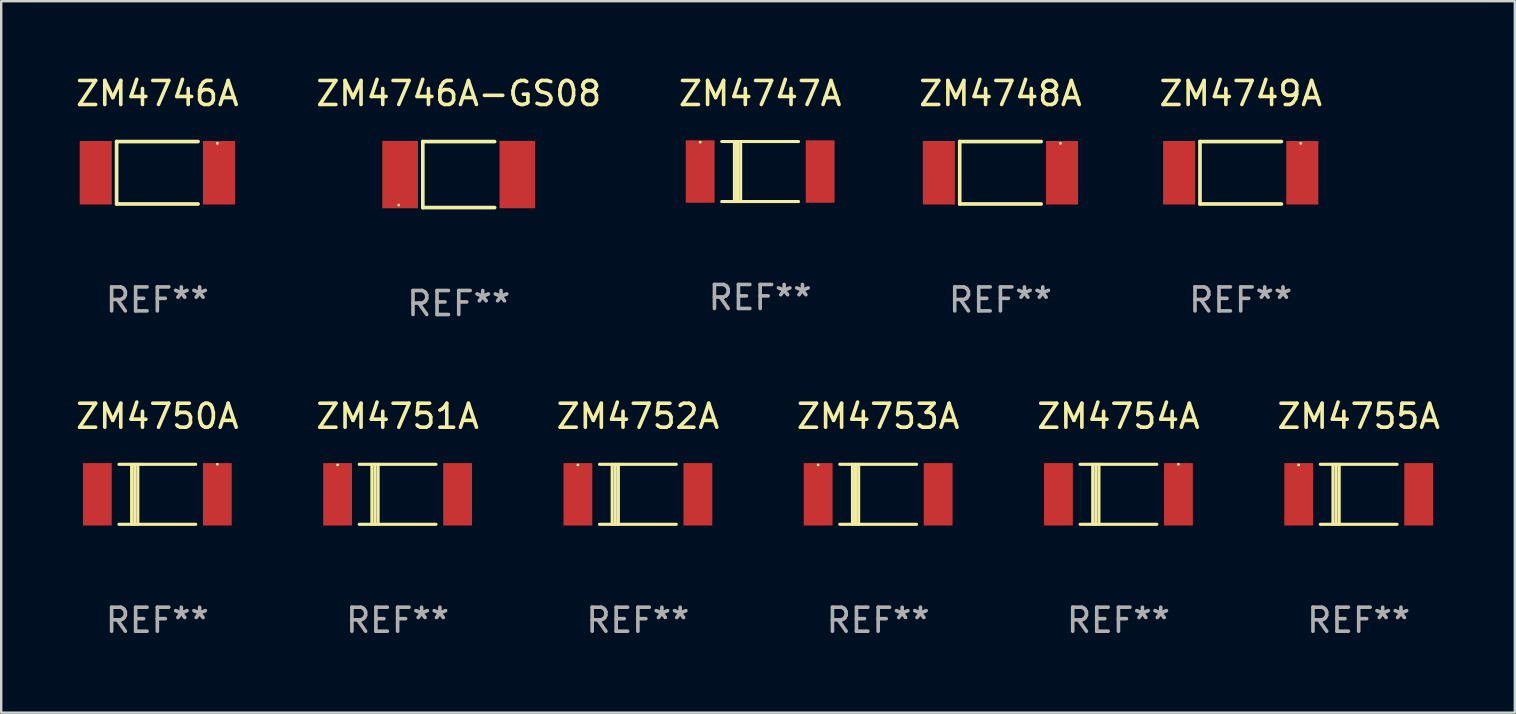
<source format=kicad_pcb>
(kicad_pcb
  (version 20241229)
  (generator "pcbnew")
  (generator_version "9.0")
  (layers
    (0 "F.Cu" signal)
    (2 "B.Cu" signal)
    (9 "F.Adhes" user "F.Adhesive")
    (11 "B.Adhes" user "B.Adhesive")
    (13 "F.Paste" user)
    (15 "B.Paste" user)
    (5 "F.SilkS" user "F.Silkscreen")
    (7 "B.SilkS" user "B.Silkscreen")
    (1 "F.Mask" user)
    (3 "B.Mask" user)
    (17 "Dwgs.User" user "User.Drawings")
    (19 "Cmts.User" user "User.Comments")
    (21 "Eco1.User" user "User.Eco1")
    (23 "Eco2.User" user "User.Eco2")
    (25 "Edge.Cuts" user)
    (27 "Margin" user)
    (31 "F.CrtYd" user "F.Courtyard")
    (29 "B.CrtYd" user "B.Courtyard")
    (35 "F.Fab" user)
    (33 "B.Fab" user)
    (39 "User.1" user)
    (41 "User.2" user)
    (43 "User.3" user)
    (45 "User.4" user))
  (footprint "ZM4747A"
    (layer "F.Cu")
    (at 28.625 4.098)
    (property "Reference" "ZM4747A" (at 0 -3.25 0) (layer "F.SilkS") (effects (font (size 1 1) (thickness 0.15))))
    (attr through_hole)
    (fp_line (start -1.6 -1.25) (end 1.6 -1.25) (stroke (width 0.129) (type solid)) (layer "F.SilkS"))
    (fp_line (start -1.6 1.25) (end 1.6 1.25) (stroke (width 0.129) (type solid)) (layer "F.SilkS"))
    (fp_line (start -1.072 -1.25) (end -1.072 1.25) (stroke (width 0.129) (type solid)) (layer "F.SilkS"))
    (fp_line (start -0.942 -1.25) (end -0.942 1.25) (stroke (width 0.129) (type solid)) (layer "F.SilkS"))
    (fp_line (start -0.813 -1.25) (end -0.813 1.25) (stroke (width 0.129) (type solid)) (layer "F.SilkS"))
    (fp_circle (center -2.5 -1.225) (end -2.47 -1.225) (stroke (width 0.06) (type solid)) (fill no) (layer "F.SilkS"))
    (fp_text user "REF**" (at 0 5.25 0) (layer "F.Fab") (effects (font (size 1 1) (thickness 0.15))))
    (pad "1" smd rect (at -2.5 0 180) (size 1.2 2.6) (layers "F.Cu" "F.Mask" "F.Paste"))
    (pad "2" smd rect (at 2.5 0 180) (size 1.2 2.6) (layers "F.Cu" "F.Mask" "F.Paste")))
  (footprint "ZM4754A"
    (layer "F.Cu")
    (at 43.554 17.547)
    (property "Reference" "ZM4754A" (at 0 -3.25 0) (layer "F.SilkS") (effects (font (size 1 1) (thickness 0.15))))
    (attr through_hole)
    (fp_line (start -1.6 -1.25) (end 1.6 -1.25) (stroke (width 0.129) (type solid)) (layer "F.SilkS"))
    (fp_line (start -1.6 1.25) (end 1.6 1.25) (stroke (width 0.129) (type solid)) (layer "F.SilkS"))
    (fp_line (start -1.072 -1.25) (end -1.072 1.25) (stroke (width 0.129) (type solid)) (layer "F.SilkS"))
    (fp_line (start -0.942 -1.25) (end -0.942 1.25) (stroke (width 0.129) (type solid)) (layer "F.SilkS"))
    (fp_line (start -0.813 -1.25) (end -0.813 1.25) (stroke (width 0.129) (type solid)) (layer "F.SilkS"))
    (fp_circle (center 2.5 -1.25) (end 2.53 -1.25) (stroke (width 0.06) (type solid)) (fill no) (layer "F.SilkS"))
    (fp_text user "REF**" (at 0 5.25 0) (layer "F.Fab") (effects (font (size 1 1) (thickness 0.15))))
    (pad "1" smd rect (at 2.5 0 180) (size 1.2 2.6) (layers "F.Cu" "F.Mask" "F.Paste"))
    (pad "2" smd rect (at -2.5 0 180) (size 1.2 2.6) (layers "F.Cu" "F.Mask" "F.Paste")))
  (footprint "ZM4750A"
    (layer "F.Cu")
    (at 3.506 17.547)
    (property "Reference" "ZM4750A" (at 0 -3.25 0) (layer "F.SilkS") (effects (font (size 1 1) (thickness 0.15))))
    (attr through_hole)
    (fp_line (start -1.6 -1.25) (end 1.6 -1.25) (stroke (width 0.129) (type solid)) (layer "F.SilkS"))
    (fp_line (start -1.6 1.25) (end 1.6 1.25) (stroke (width 0.129) (type solid)) (layer "F.SilkS"))
    (fp_line (start -1.072 -1.25) (end -1.072 1.25) (stroke (width 0.129) (type solid)) (layer "F.SilkS"))
    (fp_line (start -0.942 -1.25) (end -0.942 1.25) (stroke (width 0.129) (type solid)) (layer "F.SilkS"))
    (fp_line (start -0.813 -1.25) (end -0.813 1.25) (stroke (width 0.129) (type solid)) (layer "F.SilkS"))
    (fp_circle (center 2.5 -1.25) (end 2.53 -1.25) (stroke (width 0.06) (type solid)) (fill no) (layer "F.SilkS"))
    (fp_text user "REF**" (at 0 5.25 0) (layer "F.Fab") (effects (font (size 1 1) (thickness 0.15))))
    (pad "1" smd rect (at 2.5 0 180) (size 1.2 2.6) (layers "F.Cu" "F.Mask" "F.Paste"))
    (pad "2" smd rect (at -2.5 0 180) (size 1.2 2.6) (layers "F.Cu" "F.Mask" "F.Paste")))
  (footprint "ZM4755A"
    (layer "F.Cu")
    (at 53.565 17.547)
    (property "Reference" "ZM4755A" (at 0 -3.25 0) (layer "F.SilkS") (effects (font (size 1 1) (thickness 0.15))))
    (attr through_hole)
    (fp_line (start -1.6 -1.25) (end 1.6 -1.25) (stroke (width 0.129) (type solid)) (layer "F.SilkS"))
    (fp_line (start -1.6 1.25) (end 1.6 1.25) (stroke (width 0.129) (type solid)) (layer "F.SilkS"))
    (fp_line (start -1.072 -1.25) (end -1.072 1.25) (stroke (width 0.129) (type solid)) (layer "F.SilkS"))
    (fp_line (start -0.942 -1.25) (end -0.942 1.25) (stroke (width 0.129) (type solid)) (layer "F.SilkS"))
    (fp_line (start -0.813 -1.25) (end -0.813 1.25) (stroke (width 0.129) (type solid)) (layer "F.SilkS"))
    (fp_circle (center -2.5 -1.225) (end -2.47 -1.225) (stroke (width 0.06) (type solid)) (fill no) (layer "F.SilkS"))
    (fp_text user "REF**" (at 0 5.25 0) (layer "F.Fab") (effects (font (size 1 1) (thickness 0.15))))
    (pad "1" smd rect (at -2.5 0 180) (size 1.2 2.6) (layers "F.Cu" "F.Mask" "F.Paste"))
    (pad "2" smd rect (at 2.5 0 180) (size 1.2 2.6) (layers "F.Cu" "F.Mask" "F.Paste")))
  (footprint "ZM4752A"
    (layer "F.Cu")
    (at 23.53 17.547)
    (property "Reference" "ZM4752A" (at 0 -3.25 0) (layer "F.SilkS") (effects (font (size 1 1) (thickness 0.15))))
    (attr through_hole)
    (fp_line (start -1.6 -1.25) (end 1.6 -1.25) (stroke (width 0.129) (type solid)) (layer "F.SilkS"))
    (fp_line (start -1.6 1.25) (end 1.6 1.25) (stroke (width 0.129) (type solid)) (layer "F.SilkS"))
    (fp_line (start -1.072 -1.25) (end -1.072 1.25) (stroke (width 0.129) (type solid)) (layer "F.SilkS"))
    (fp_line (start -0.942 -1.25) (end -0.942 1.25) (stroke (width 0.129) (type solid)) (layer "F.SilkS"))
    (fp_line (start -0.813 -1.25) (end -0.813 1.25) (stroke (width 0.129) (type solid)) (layer "F.SilkS"))
    (fp_circle (center -2.5 -1.225) (end -2.47 -1.225) (stroke (width 0.06) (type solid)) (fill no) (layer "F.SilkS"))
    (fp_text user "REF**" (at 0 5.25 0) (layer "F.Fab") (effects (font (size 1 1) (thickness 0.15))))
    (pad "1" smd rect (at -2.5 0 180) (size 1.2 2.6) (layers "F.Cu" "F.Mask" "F.Paste"))
    (pad "2" smd rect (at 2.5 0 180) (size 1.2 2.6) (layers "F.Cu" "F.Mask" "F.Paste")))
  (footprint "ZM4748A"
    (layer "F.Cu")
    (at 38.637 4.149)
    (property "Reference" "ZM4748A" (at 0 -3.301 0) (layer "F.SilkS") (effects (font (size 1 1) (thickness 0.15))))
    (attr through_hole)
    (fp_line (start -1.697 -1.301) (end -1.697 1.301) (stroke (width 0.152) (type solid)) (layer "F.SilkS"))
    (fp_line (start -1.697 -1.301) (end 1.697 -1.301) (stroke (width 0.152) (type solid)) (layer "F.SilkS"))
    (fp_line (start -1.697 1.301) (end 1.697 1.301) (stroke (width 0.152) (type solid)) (layer "F.SilkS"))
    (fp_circle (center 2.5 -1.225) (end 2.53 -1.225) (stroke (width 0.06) (type solid)) (fill no) (layer "F.SilkS"))
    (fp_text user "REF**" (at 0 5.301 0) (layer "F.Fab") (effects (font (size 1 1) (thickness 0.15))))
    (pad "1" smd rect (at 2.567 0) (size 1.335 2.646) (layers "F.Cu" "F.Mask" "F.Paste"))
    (pad "2" smd rect (at -2.567 0) (size 1.335 2.646) (layers "F.Cu" "F.Mask" "F.Paste")))
  (footprint "ZM4753A"
    (layer "F.Cu")
    (at 33.542 17.547)
    (property "Reference" "ZM4753A" (at 0 -3.25 0) (layer "F.SilkS") (effects (font (size 1 1) (thickness 0.15))))
    (attr through_hole)
    (fp_line (start -1.6 -1.25) (end 1.6 -1.25) (stroke (width 0.129) (type solid)) (layer "F.SilkS"))
    (fp_line (start -1.6 1.25) (end 1.6 1.25) (stroke (width 0.129) (type solid)) (layer "F.SilkS"))
    (fp_line (start -1.072 -1.25) (end -1.072 1.25) (stroke (width 0.129) (type solid)) (layer "F.SilkS"))
    (fp_line (start -0.942 -1.25) (end -0.942 1.25) (stroke (width 0.129) (type solid)) (layer "F.SilkS"))
    (fp_line (start -0.813 -1.25) (end -0.813 1.25) (stroke (width 0.129) (type solid)) (layer "F.SilkS"))
    (fp_circle (center -2.5 -1.225) (end -2.47 -1.225) (stroke (width 0.06) (type solid)) (fill no) (layer "F.SilkS"))
    (fp_text user "REF**" (at 0 5.25 0) (layer "F.Fab") (effects (font (size 1 1) (thickness 0.15))))
    (pad "1" smd rect (at -2.5 0 180) (size 1.2 2.6) (layers "F.Cu" "F.Mask" "F.Paste"))
    (pad "2" smd rect (at 2.5 0 180) (size 1.2 2.6) (layers "F.Cu" "F.Mask" "F.Paste")))
  (footprint "ZM4751A"
    (layer "F.Cu")
    (at 13.518 17.547)
    (property "Reference" "ZM4751A" (at 0 -3.25 0) (layer "F.SilkS") (effects (font (size 1 1) (thickness 0.15))))
    (attr through_hole)
    (fp_line (start -1.6 -1.25) (end 1.6 -1.25) (stroke (width 0.129) (type solid)) (layer "F.SilkS"))
    (fp_line (start -1.6 1.25) (end 1.6 1.25) (stroke (width 0.129) (type solid)) (layer "F.SilkS"))
    (fp_line (start -1.072 -1.25) (end -1.072 1.25) (stroke (width 0.129) (type solid)) (layer "F.SilkS"))
    (fp_line (start -0.942 -1.25) (end -0.942 1.25) (stroke (width 0.129) (type solid)) (layer "F.SilkS"))
    (fp_line (start -0.813 -1.25) (end -0.813 1.25) (stroke (width 0.129) (type solid)) (layer "F.SilkS"))
    (fp_circle (center -2.5 -1.225) (end -2.47 -1.225) (stroke (width 0.06) (type solid)) (fill no) (layer "F.SilkS"))
    (fp_text user "REF**" (at 0 5.25 0) (layer "F.Fab") (effects (font (size 1 1) (thickness 0.15))))
    (pad "1" smd rect (at -2.5 0 180) (size 1.2 2.6) (layers "F.Cu" "F.Mask" "F.Paste"))
    (pad "2" smd rect (at 2.5 0 180) (size 1.2 2.6) (layers "F.Cu" "F.Mask" "F.Paste")))
  (footprint "ZM4746A-GS08"
    (layer "F.Cu")
    (at 16.065 4.224)
    (property "Reference" "ZM4746A-GS08" (at 0 -3.376 0) (layer "F.SilkS") (effects (font (size 1 1) (thickness 0.15))))
    (attr through_hole)
    (fp_line (start -1.497 -1.376) (end -1.497 1.376) (stroke (width 0.152) (type solid)) (layer "F.SilkS"))
    (fp_line (start -1.497 -1.376) (end 1.497 -1.376) (stroke (width 0.152) (type solid)) (layer "F.SilkS"))
    (fp_line (start -1.497 1.376) (end 1.497 1.376) (stroke (width 0.152) (type solid)) (layer "F.SilkS"))
    (fp_circle (center -2.5 1.27) (end -2.47 1.27) (stroke (width 0.06) (type solid)) (fill no) (layer "F.SilkS"))
    (fp_text user "REF**" (at 0 5.376 0) (layer "F.Fab") (effects (font (size 1 1) (thickness 0.15))))
    (pad "1" smd rect (at -2.442 0 180) (size 1.485 2.808) (layers "F.Cu" "F.Mask" "F.Paste"))
    (pad "2" smd rect (at 2.442 0 180) (size 1.485 2.808) (layers "F.Cu" "F.Mask" "F.Paste")))
  (footprint "ZM4746A"
    (layer "F.Cu")
    (at 3.506 4.149)
    (property "Reference" "ZM4746A" (at 0 -3.301 0) (layer "F.SilkS") (effects (font (size 1 1) (thickness 0.15))))
    (attr through_hole)
    (fp_line (start -1.697 -1.301) (end -1.697 1.301) (stroke (width 0.152) (type solid)) (layer "F.SilkS"))
    (fp_line (start -1.697 -1.301) (end 1.697 -1.301) (stroke (width 0.152) (type solid)) (layer "F.SilkS"))
    (fp_line (start -1.697 1.301) (end 1.697 1.301) (stroke (width 0.152) (type solid)) (layer "F.SilkS"))
    (fp_circle (center 2.5 -1.225) (end 2.53 -1.225) (stroke (width 0.06) (type solid)) (fill no) (layer "F.SilkS"))
    (fp_text user "REF**" (at 0 5.301 0) (layer "F.Fab") (effects (font (size 1 1) (thickness 0.15))))
    (pad "1" smd rect (at 2.567 0) (size 1.335 2.646) (layers "F.Cu" "F.Mask" "F.Paste"))
    (pad "2" smd rect (at -2.567 0) (size 1.335 2.646) (layers "F.Cu" "F.Mask" "F.Paste")))
  (footprint "ZM4749A"
    (layer "F.Cu")
    (at 48.649 4.149)
    (property "Reference" "ZM4749A" (at 0 -3.301 0) (layer "F.SilkS") (effects (font (size 1 1) (thickness 0.15))))
    (attr through_hole)
    (fp_line (start -1.697 -1.301) (end -1.697 1.301) (stroke (width 0.152) (type solid)) (layer "F.SilkS"))
    (fp_line (start -1.697 -1.301) (end 1.697 -1.301) (stroke (width 0.152) (type solid)) (layer "F.SilkS"))
    (fp_line (start -1.697 1.301) (end 1.697 1.301) (stroke (width 0.152) (type solid)) (layer "F.SilkS"))
    (fp_circle (center 2.5 -1.225) (end 2.53 -1.225) (stroke (width 0.06) (type solid)) (fill no) (layer "F.SilkS"))
    (fp_text user "REF**" (at 0 5.301 0) (layer "F.Fab") (effects (font (size 1 1) (thickness 0.15))))
    (pad "1" smd rect (at 2.567 0) (size 1.335 2.646) (layers "F.Cu" "F.Mask" "F.Paste"))
    (pad "2" smd rect (at -2.567 0) (size 1.335 2.646) (layers "F.Cu" "F.Mask" "F.Paste")))
  (gr_rect
    (start -3 -3)
    (end 60.071 26.645)
    (stroke (width 0.1) (type default))
    (fill no)
    (layer "Edge.Cuts")))
</source>
